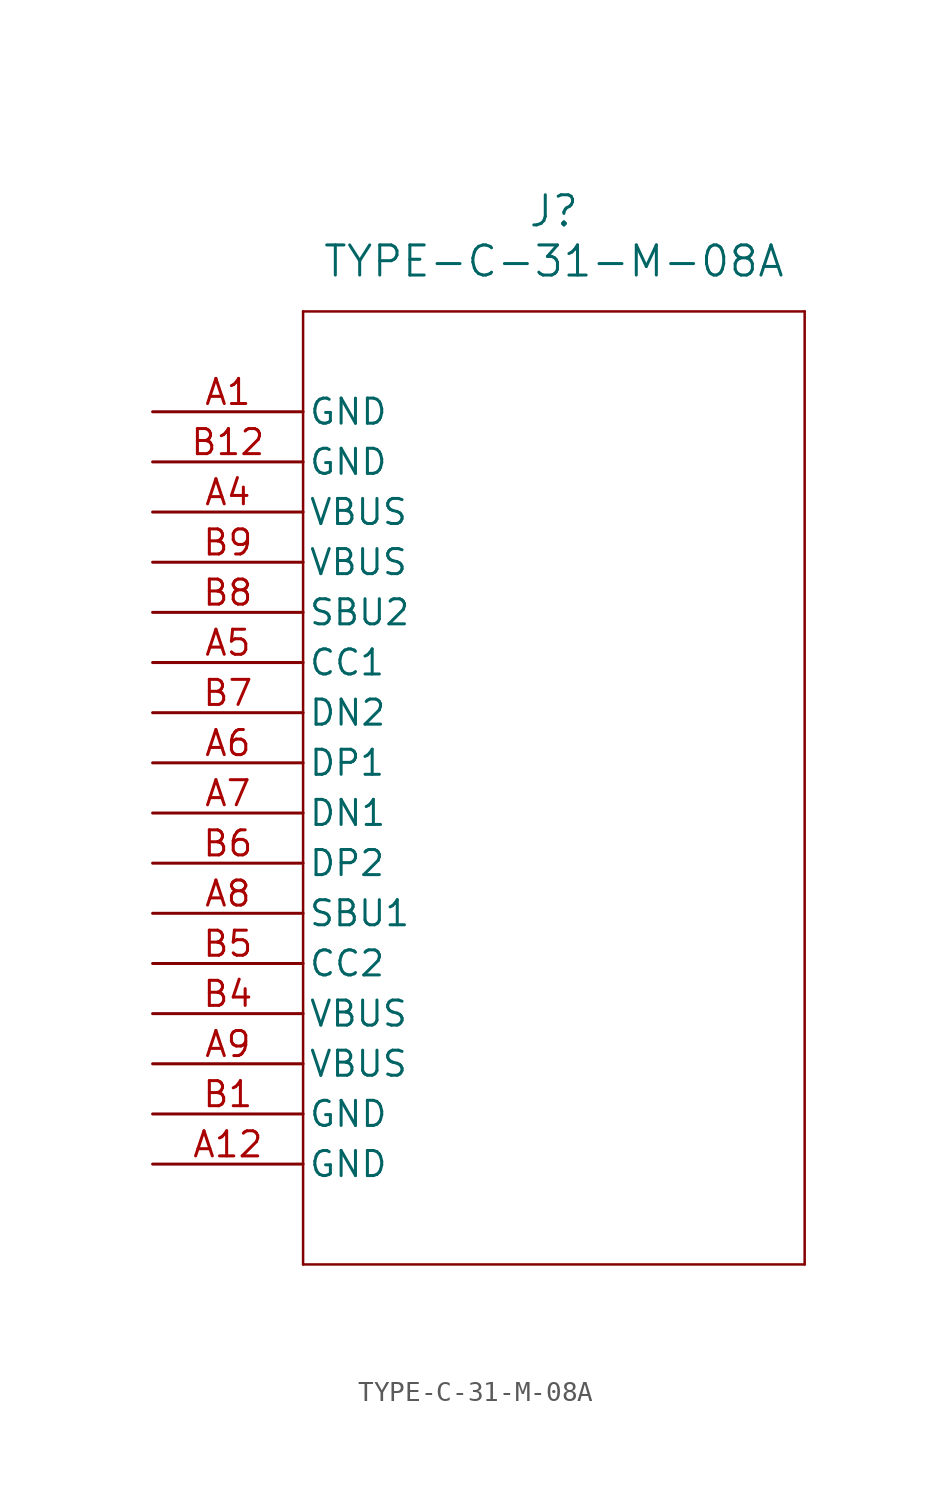
<source format=kicad_sym>
(kicad_symbol_lib
  (version 20211014)
  (generator kicad_symbol_editor)
  (symbol "TYPE-C-31-M-08A"
    (pin_names
      (offset 0.254))
    (property "Reference" "J"
      (at 20.32 10.16 0)
      (effects (font (size 1.524 1.524))))
    (property "Value" "TYPE-C-31-M-08A"
      (at 20.32 7.62 0)
      (effects (font (size 1.524 1.524))))
    (symbol "TYPE-C-31-M-08A_0_1"
      (polyline (pts (xy 7.62 5.08) (xy 7.62 -43.18)) (stroke (width 0.127) (type default) (color 0 0 0 0)) (fill (type none)))
      (polyline (pts (xy 7.62 -43.18) (xy 33.02 -43.18)) (stroke (width 0.127) (type default) (color 0 0 0 0)) (fill (type none)))
      (polyline (pts (xy 33.02 -43.18) (xy 33.02 5.08)) (stroke (width 0.127) (type default) (color 0 0 0 0)) (fill (type none)))
      (polyline (pts (xy 33.02 5.08) (xy 7.62 5.08)) (stroke (width 0.127) (type default) (color 0 0 0 0)) (fill (type none)))
      (pin power_out line (at 0 0 0) (length 7.62) (name "GND" (effects (font (size 1.27 1.27)))) (number "A1" (effects (font (size 1.27 1.27)))))
      (pin power_out line (at 0 -2.54 0) (length 7.62) (name "GND" (effects (font (size 1.27 1.27)))) (number "B12" (effects (font (size 1.27 1.27)))))
      (pin unspecified line (at 0 -5.08 0) (length 7.62) (name "VBUS" (effects (font (size 1.27 1.27)))) (number "A4" (effects (font (size 1.27 1.27)))))
      (pin unspecified line (at 0 -7.62 0) (length 7.62) (name "VBUS" (effects (font (size 1.27 1.27)))) (number "B9" (effects (font (size 1.27 1.27)))))
      (pin bidirectional line (at 0 -10.16 0) (length 7.62) (name "SBU2" (effects (font (size 1.27 1.27)))) (number "B8" (effects (font (size 1.27 1.27)))))
      (pin bidirectional line (at 0 -12.7 0) (length 7.62) (name "CC1" (effects (font (size 1.27 1.27)))) (number "A5" (effects (font (size 1.27 1.27)))))
      (pin bidirectional line (at 0 -15.24 0) (length 7.62) (name "DN2" (effects (font (size 1.27 1.27)))) (number "B7" (effects (font (size 1.27 1.27)))))
      (pin bidirectional line (at 0 -17.78 0) (length 7.62) (name "DP1" (effects (font (size 1.27 1.27)))) (number "A6" (effects (font (size 1.27 1.27)))))
      (pin bidirectional line (at 0 -20.32 0) (length 7.62) (name "DN1" (effects (font (size 1.27 1.27)))) (number "A7" (effects (font (size 1.27 1.27)))))
      (pin bidirectional line (at 0 -22.86 0) (length 7.62) (name "DP2" (effects (font (size 1.27 1.27)))) (number "B6" (effects (font (size 1.27 1.27)))))
      (pin bidirectional line (at 0 -25.4 0) (length 7.62) (name "SBU1" (effects (font (size 1.27 1.27)))) (number "A8" (effects (font (size 1.27 1.27)))))
      (pin bidirectional line (at 0 -27.94 0) (length 7.62) (name "CC2" (effects (font (size 1.27 1.27)))) (number "B5" (effects (font (size 1.27 1.27)))))
      (pin unspecified line (at 0 -30.48 0) (length 7.62) (name "VBUS" (effects (font (size 1.27 1.27)))) (number "B4" (effects (font (size 1.27 1.27)))))
      (pin unspecified line (at 0 -33.02 0) (length 7.62) (name "VBUS" (effects (font (size 1.27 1.27)))) (number "A9" (effects (font (size 1.27 1.27)))))
      (pin power_out line (at 0 -35.56 0) (length 7.62) (name "GND" (effects (font (size 1.27 1.27)))) (number "B1" (effects (font (size 1.27 1.27)))))
      (pin power_out line (at 0 -38.1 0) (length 7.62) (name "GND" (effects (font (size 1.27 1.27)))) (number "A12" (effects (font (size 1.27 1.27))))))))
</source>
